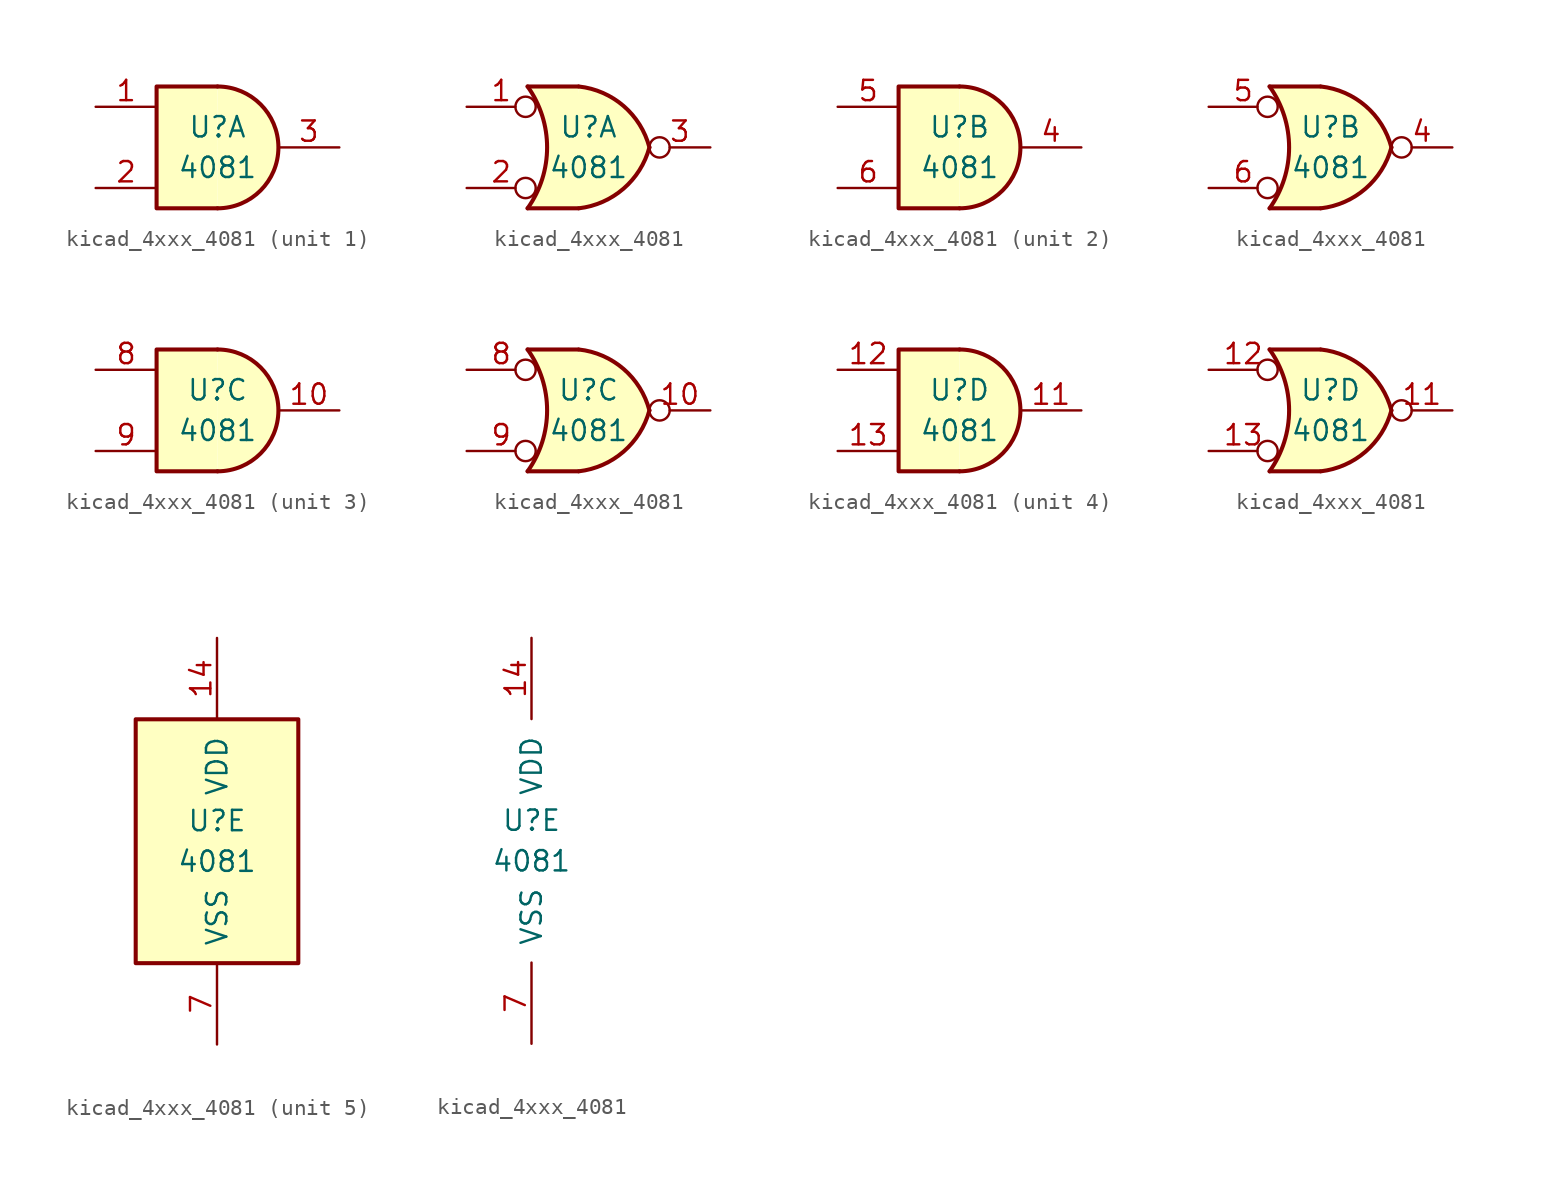
<source format=kicad_sym>
(kicad_symbol_lib
  (version 20220914)
  (generator kicad_symbol_editor)
  (symbol "kicad_4xxx_4081"
    (pin_names
      (offset 1.016))
    (property "Reference" "U"
      (at 0 1.27 0)
      (effects (font (size 1.27 1.27))))
    (property "Value" "4081"
      (at 0 -1.27 0)
      (effects (font (size 1.27 1.27))))
    (property "ki_locked" ""
      (at 0 0 0)
      (effects (font (size 1.27 1.27))))
    (symbol "kicad_4xxx_4081_1_1"
      (arc (start 0 -3.81) (mid 3.7934 0) (end 0 3.81) (stroke (width 0.254) (type default)) (fill (type background)))
      (polyline (pts (xy 0 3.81) (xy -3.81 3.81) (xy -3.81 -3.81) (xy 0 -3.81)) (stroke (width 0.254) (type default)) (fill (type background)))
      (pin input line (at -7.62 2.54 0) (length 3.81) (name "~" (effects (font (size 1.27 1.27)))) (number "1" (effects (font (size 1.27 1.27)))))
      (pin input line (at -7.62 -2.54 0) (length 3.81) (name "~" (effects (font (size 1.27 1.27)))) (number "2" (effects (font (size 1.27 1.27)))))
      (pin output line (at 7.62 0 180) (length 3.81) (name "~" (effects (font (size 1.27 1.27)))) (number "3" (effects (font (size 1.27 1.27))))))
    (symbol "kicad_4xxx_4081_1_2"
      (arc (start -3.81 -3.81) (mid -2.589 0) (end -3.81 3.81) (stroke (width 0.254) (type default)) (fill (type none)))
      (arc (start -0.6096 -3.81) (mid 2.1842 -2.5851) (end 3.81 0) (stroke (width 0.254) (type default)) (fill (type background)))
      (polyline (pts (xy -3.81 -3.81) (xy -0.635 -3.81)) (stroke (width 0.254) (type default)) (fill (type background)))
      (polyline (pts (xy -3.81 3.81) (xy -0.635 3.81)) (stroke (width 0.254) (type default)) (fill (type background)))
      (polyline (pts (xy -0.635 3.81) (xy -3.81 3.81) (xy -3.81 3.81) (xy -3.556 3.404) (xy -3.023 2.261) (xy -2.692 1.041) (xy -2.616 -0.254) (xy -2.769 -1.499) (xy -3.175 -2.718) (xy -3.81 -3.81) (xy -3.81 -3.81) (xy -0.635 -3.81)) (stroke (width -25.4) (type default)) (fill (type background)))
      (arc (start 3.81 0) (mid 2.1915 2.5936) (end -0.6096 3.81) (stroke (width 0.254) (type default)) (fill (type background)))
      (pin input inverted (at -7.62 2.54 0) (length 4.318) (name "~" (effects (font (size 1.27 1.27)))) (number "1" (effects (font (size 1.27 1.27)))))
      (pin input inverted (at -7.62 -2.54 0) (length 4.318) (name "~" (effects (font (size 1.27 1.27)))) (number "2" (effects (font (size 1.27 1.27)))))
      (pin output inverted (at 7.62 0 180) (length 3.81) (name "~" (effects (font (size 1.27 1.27)))) (number "3" (effects (font (size 1.27 1.27))))))
    (symbol "kicad_4xxx_4081_2_1"
      (arc (start 0 -3.81) (mid 3.7934 0) (end 0 3.81) (stroke (width 0.254) (type default)) (fill (type background)))
      (polyline (pts (xy 0 3.81) (xy -3.81 3.81) (xy -3.81 -3.81) (xy 0 -3.81)) (stroke (width 0.254) (type default)) (fill (type background)))
      (pin output line (at 7.62 0 180) (length 3.81) (name "~" (effects (font (size 1.27 1.27)))) (number "4" (effects (font (size 1.27 1.27)))))
      (pin input line (at -7.62 2.54 0) (length 3.81) (name "~" (effects (font (size 1.27 1.27)))) (number "5" (effects (font (size 1.27 1.27)))))
      (pin input line (at -7.62 -2.54 0) (length 3.81) (name "~" (effects (font (size 1.27 1.27)))) (number "6" (effects (font (size 1.27 1.27))))))
    (symbol "kicad_4xxx_4081_2_2"
      (arc (start -3.81 -3.81) (mid -2.589 0) (end -3.81 3.81) (stroke (width 0.254) (type default)) (fill (type none)))
      (arc (start -0.6096 -3.81) (mid 2.1842 -2.5851) (end 3.81 0) (stroke (width 0.254) (type default)) (fill (type background)))
      (polyline (pts (xy -3.81 -3.81) (xy -0.635 -3.81)) (stroke (width 0.254) (type default)) (fill (type background)))
      (polyline (pts (xy -3.81 3.81) (xy -0.635 3.81)) (stroke (width 0.254) (type default)) (fill (type background)))
      (polyline (pts (xy -0.635 3.81) (xy -3.81 3.81) (xy -3.81 3.81) (xy -3.556 3.404) (xy -3.023 2.261) (xy -2.692 1.041) (xy -2.616 -0.254) (xy -2.769 -1.499) (xy -3.175 -2.718) (xy -3.81 -3.81) (xy -3.81 -3.81) (xy -0.635 -3.81)) (stroke (width -25.4) (type default)) (fill (type background)))
      (arc (start 3.81 0) (mid 2.1915 2.5936) (end -0.6096 3.81) (stroke (width 0.254) (type default)) (fill (type background)))
      (pin output inverted (at 7.62 0 180) (length 3.81) (name "~" (effects (font (size 1.27 1.27)))) (number "4" (effects (font (size 1.27 1.27)))))
      (pin input inverted (at -7.62 2.54 0) (length 4.318) (name "~" (effects (font (size 1.27 1.27)))) (number "5" (effects (font (size 1.27 1.27)))))
      (pin input inverted (at -7.62 -2.54 0) (length 4.318) (name "~" (effects (font (size 1.27 1.27)))) (number "6" (effects (font (size 1.27 1.27))))))
    (symbol "kicad_4xxx_4081_3_1"
      (arc (start 0 -3.81) (mid 3.7934 0) (end 0 3.81) (stroke (width 0.254) (type default)) (fill (type background)))
      (polyline (pts (xy 0 3.81) (xy -3.81 3.81) (xy -3.81 -3.81) (xy 0 -3.81)) (stroke (width 0.254) (type default)) (fill (type background)))
      (pin output line (at 7.62 0 180) (length 3.81) (name "~" (effects (font (size 1.27 1.27)))) (number "10" (effects (font (size 1.27 1.27)))))
      (pin input line (at -7.62 2.54 0) (length 3.81) (name "~" (effects (font (size 1.27 1.27)))) (number "8" (effects (font (size 1.27 1.27)))))
      (pin input line (at -7.62 -2.54 0) (length 3.81) (name "~" (effects (font (size 1.27 1.27)))) (number "9" (effects (font (size 1.27 1.27))))))
    (symbol "kicad_4xxx_4081_3_2"
      (arc (start -3.81 -3.81) (mid -2.589 0) (end -3.81 3.81) (stroke (width 0.254) (type default)) (fill (type none)))
      (arc (start -0.6096 -3.81) (mid 2.1842 -2.5851) (end 3.81 0) (stroke (width 0.254) (type default)) (fill (type background)))
      (polyline (pts (xy -3.81 -3.81) (xy -0.635 -3.81)) (stroke (width 0.254) (type default)) (fill (type background)))
      (polyline (pts (xy -3.81 3.81) (xy -0.635 3.81)) (stroke (width 0.254) (type default)) (fill (type background)))
      (polyline (pts (xy -0.635 3.81) (xy -3.81 3.81) (xy -3.81 3.81) (xy -3.556 3.404) (xy -3.023 2.261) (xy -2.692 1.041) (xy -2.616 -0.254) (xy -2.769 -1.499) (xy -3.175 -2.718) (xy -3.81 -3.81) (xy -3.81 -3.81) (xy -0.635 -3.81)) (stroke (width -25.4) (type default)) (fill (type background)))
      (arc (start 3.81 0) (mid 2.1915 2.5936) (end -0.6096 3.81) (stroke (width 0.254) (type default)) (fill (type background)))
      (pin output inverted (at 7.62 0 180) (length 3.81) (name "~" (effects (font (size 1.27 1.27)))) (number "10" (effects (font (size 1.27 1.27)))))
      (pin input inverted (at -7.62 2.54 0) (length 4.318) (name "~" (effects (font (size 1.27 1.27)))) (number "8" (effects (font (size 1.27 1.27)))))
      (pin input inverted (at -7.62 -2.54 0) (length 4.318) (name "~" (effects (font (size 1.27 1.27)))) (number "9" (effects (font (size 1.27 1.27))))))
    (symbol "kicad_4xxx_4081_4_1"
      (arc (start 0 -3.81) (mid 3.7934 0) (end 0 3.81) (stroke (width 0.254) (type default)) (fill (type background)))
      (polyline (pts (xy 0 3.81) (xy -3.81 3.81) (xy -3.81 -3.81) (xy 0 -3.81)) (stroke (width 0.254) (type default)) (fill (type background)))
      (pin output line (at 7.62 0 180) (length 3.81) (name "~" (effects (font (size 1.27 1.27)))) (number "11" (effects (font (size 1.27 1.27)))))
      (pin input line (at -7.62 2.54 0) (length 3.81) (name "~" (effects (font (size 1.27 1.27)))) (number "12" (effects (font (size 1.27 1.27)))))
      (pin input line (at -7.62 -2.54 0) (length 3.81) (name "~" (effects (font (size 1.27 1.27)))) (number "13" (effects (font (size 1.27 1.27))))))
    (symbol "kicad_4xxx_4081_4_2"
      (arc (start -3.81 -3.81) (mid -2.589 0) (end -3.81 3.81) (stroke (width 0.254) (type default)) (fill (type none)))
      (arc (start -0.6096 -3.81) (mid 2.1842 -2.5851) (end 3.81 0) (stroke (width 0.254) (type default)) (fill (type background)))
      (polyline (pts (xy -3.81 -3.81) (xy -0.635 -3.81)) (stroke (width 0.254) (type default)) (fill (type background)))
      (polyline (pts (xy -3.81 3.81) (xy -0.635 3.81)) (stroke (width 0.254) (type default)) (fill (type background)))
      (polyline (pts (xy -0.635 3.81) (xy -3.81 3.81) (xy -3.81 3.81) (xy -3.556 3.404) (xy -3.023 2.261) (xy -2.692 1.041) (xy -2.616 -0.254) (xy -2.769 -1.499) (xy -3.175 -2.718) (xy -3.81 -3.81) (xy -3.81 -3.81) (xy -0.635 -3.81)) (stroke (width -25.4) (type default)) (fill (type background)))
      (arc (start 3.81 0) (mid 2.1915 2.5936) (end -0.6096 3.81) (stroke (width 0.254) (type default)) (fill (type background)))
      (pin output inverted (at 7.62 0 180) (length 3.81) (name "~" (effects (font (size 1.27 1.27)))) (number "11" (effects (font (size 1.27 1.27)))))
      (pin input inverted (at -7.62 2.54 0) (length 4.318) (name "~" (effects (font (size 1.27 1.27)))) (number "12" (effects (font (size 1.27 1.27)))))
      (pin input inverted (at -7.62 -2.54 0) (length 4.318) (name "~" (effects (font (size 1.27 1.27)))) (number "13" (effects (font (size 1.27 1.27))))))
    (symbol "kicad_4xxx_4081_5_0"
      (pin power_in line (at 0 12.7 270) (length 5.08) (name "VDD" (effects (font (size 1.27 1.27)))) (number "14" (effects (font (size 1.27 1.27)))))
      (pin power_in line (at 0 -12.7 90) (length 5.08) (name "VSS" (effects (font (size 1.27 1.27)))) (number "7" (effects (font (size 1.27 1.27))))))
    (symbol "kicad_4xxx_4081_5_1"
      (rectangle (start -5.08 7.62) (end 5.08 -7.62) (stroke (width 0.254) (type default)) (fill (type background))))))
</source>
